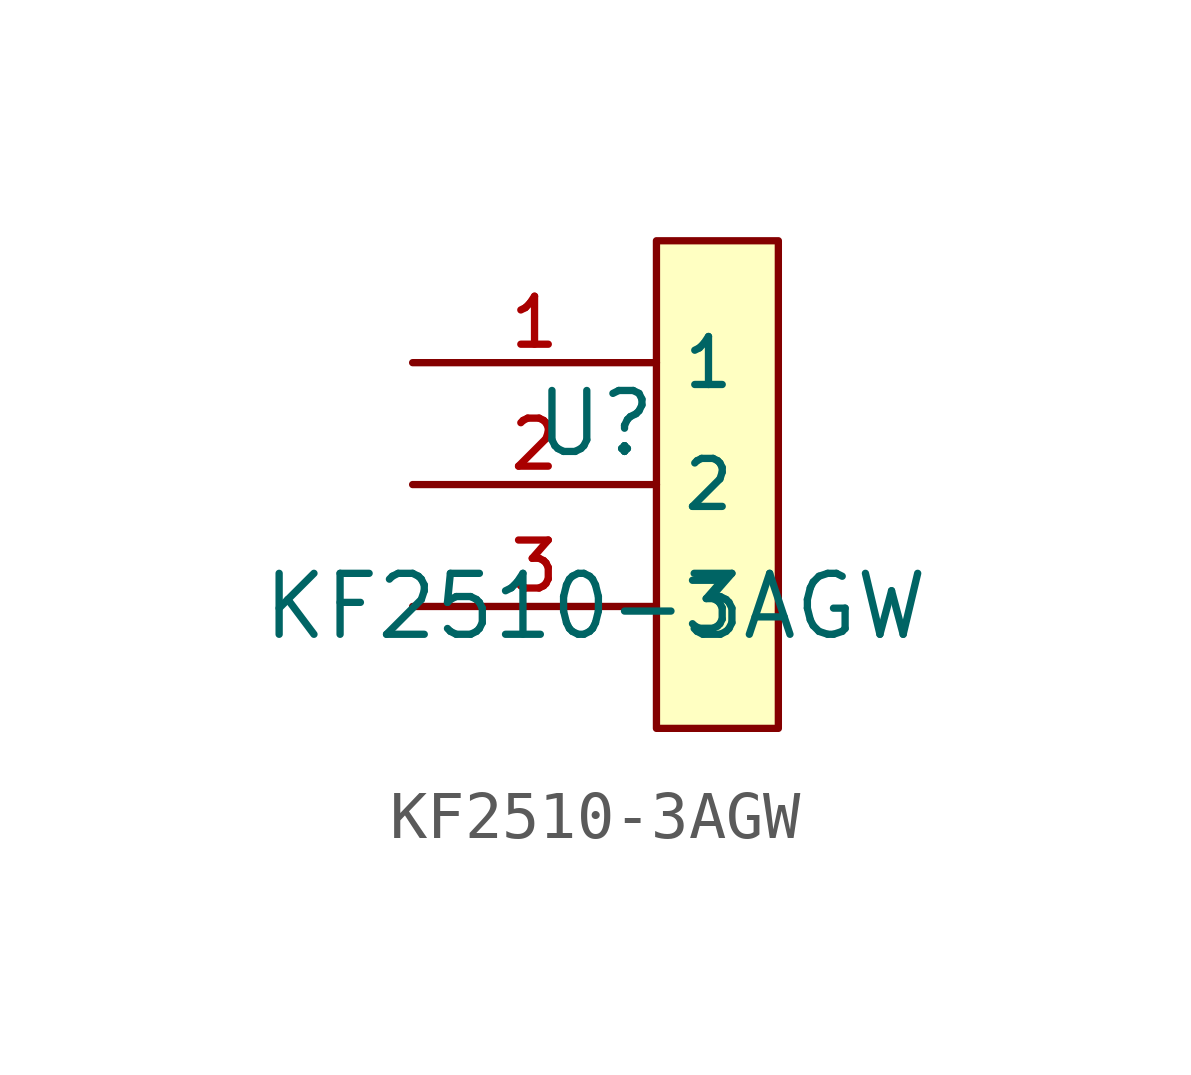
<source format=kicad_sym>
(kicad_symbol_lib
  (version 20210201)
  (generator TousstNicolas/JLC2KiCad_lib)
  (symbol "KF2510-3AGW"
    (property "Reference" "U"
      (at 0 1.27 0)
      (effects (font (size 1.27 1.27))))
    (property "Value" "KF2510-3AGW"
      (at 0 -2.54 0)
      (effects (font (size 1.27 1.27))))
    (symbol "KF2510-3AGW_0_1"
      (rectangle (start 1.27 5.08) (end 3.81 -5.08) (stroke (width 0) (type default) (color 0 0 0 0)) (fill (type background)))
      (pin unspecified line (at -3.81 2.54 0) (length 5.08) (name "1" (effects (font (size 1 1)))) (number "1" (effects (font (size 1 1)))))
      (pin unspecified line (at -3.81 -0.0 0) (length 5.08) (name "2" (effects (font (size 1 1)))) (number "2" (effects (font (size 1 1)))))
      (pin unspecified line (at -3.81 -2.54 0) (length 5.08) (name "3" (effects (font (size 1 1)))) (number "3" (effects (font (size 1 1))))))))
</source>
